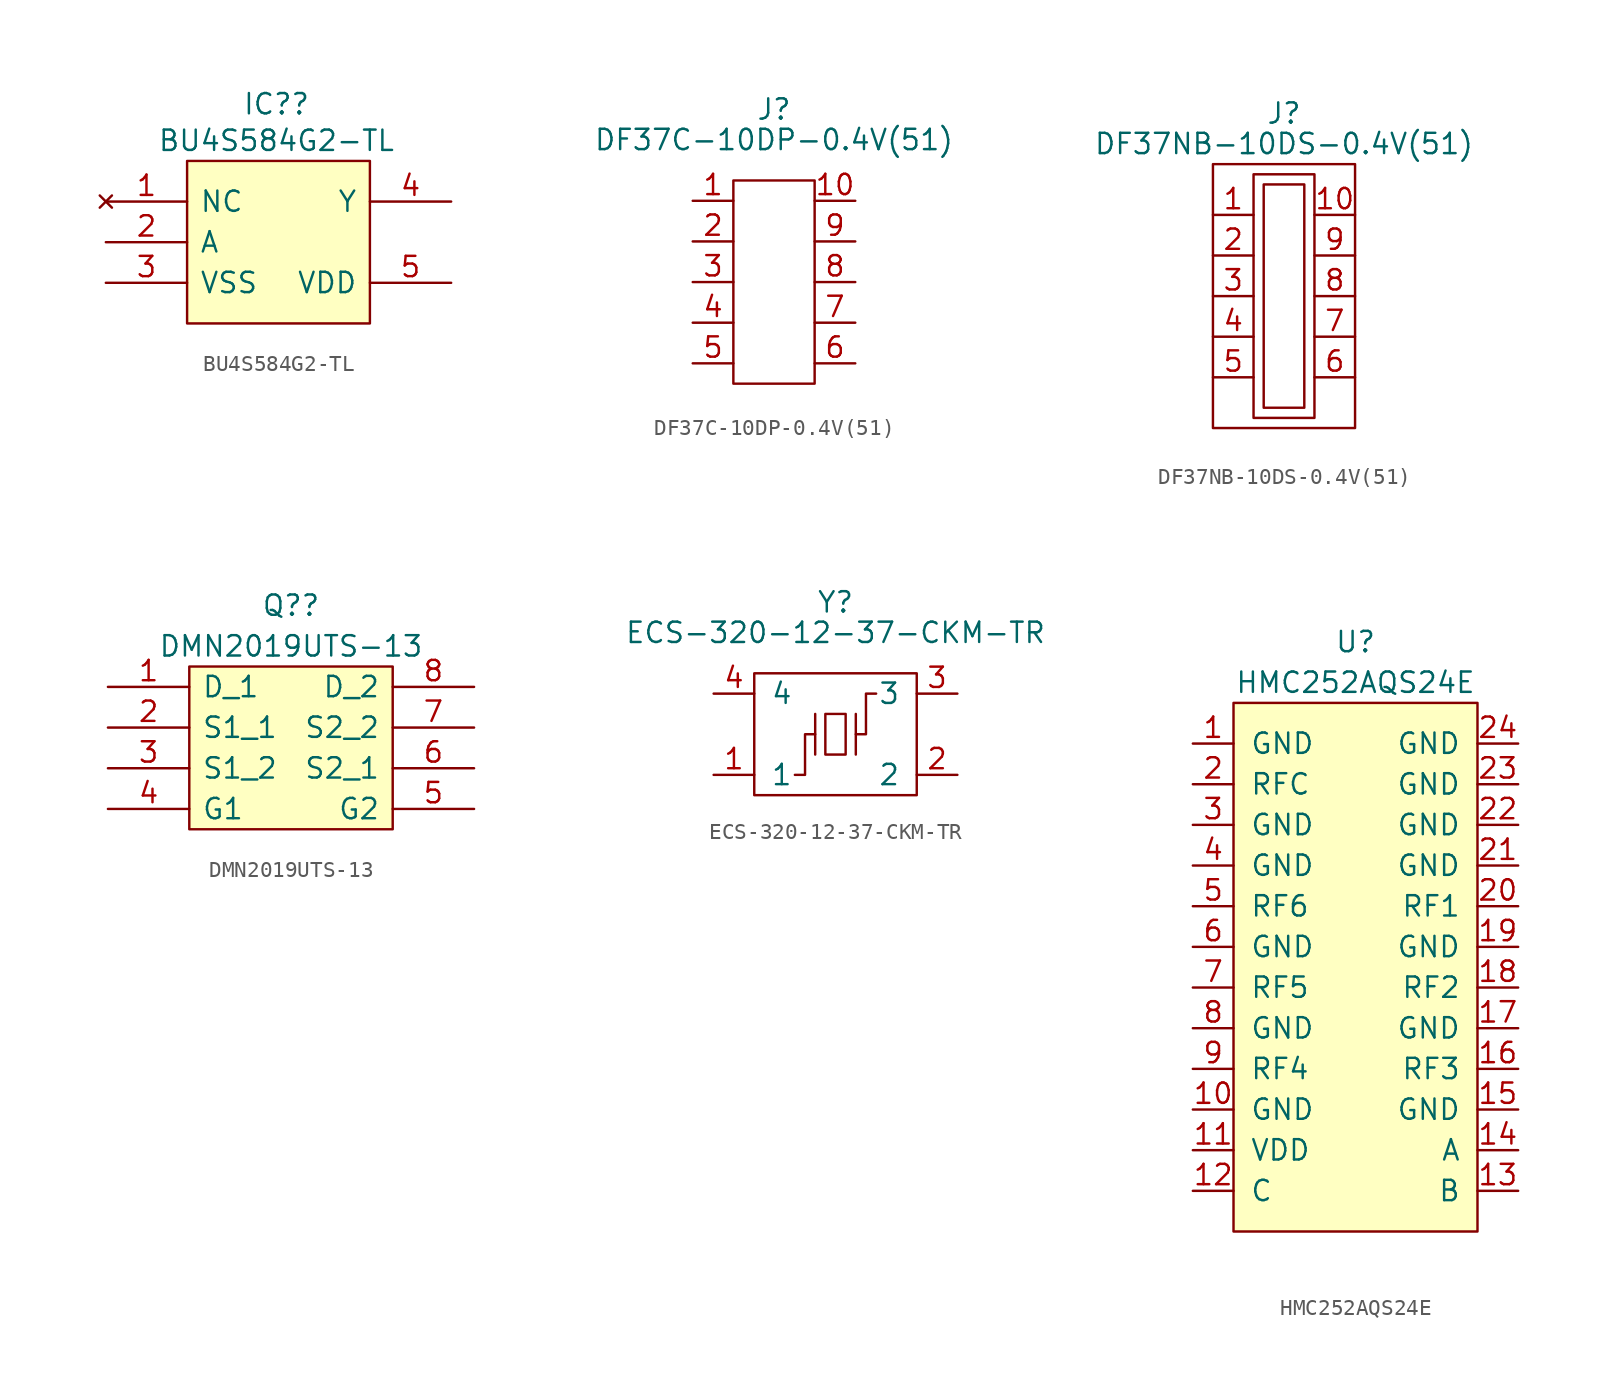
<source format=kicad_sym>
(kicad_symbol_lib
  (version 20211014)
  (generator kicad_symbol_editor)
  (symbol "BU4S584G2-TL"
    (pin_names
      (offset 0.762))
    (property "Reference" "IC?"
      (at 10.668 6.096 0)
      (effects (font (size 1.27 1.27))))
    (property "Value" "BU4S584G2-TL"
      (at 10.668 3.81 0)
      (effects (font (size 1.27 1.27))))
    (symbol "BU4S584G2-TL_0_0"
      (pin no_connect line (at 0 0 0) (length 5.08) (name "NC" (effects (font (size 1.27 1.27)))) (number "1" (effects (font (size 1.27 1.27)))))
      (pin passive line (at 0 -2.54 0) (length 5.08) (name "A" (effects (font (size 1.27 1.27)))) (number "2" (effects (font (size 1.27 1.27)))))
      (pin passive line (at 0 -5.08 0) (length 5.08) (name "VSS" (effects (font (size 1.27 1.27)))) (number "3" (effects (font (size 1.27 1.27)))))
      (pin passive line (at 21.59 0 180) (length 5.08) (name "Y" (effects (font (size 1.27 1.27)))) (number "4" (effects (font (size 1.27 1.27)))))
      (pin passive line (at 21.59 -5.08 180) (length 5.08) (name "VDD" (effects (font (size 1.27 1.27)))) (number "5" (effects (font (size 1.27 1.27))))))
    (symbol "BU4S584G2-TL_0_1"
      (polyline (pts (xy 5.08 2.54) (xy 16.51 2.54) (xy 16.51 -7.62) (xy 5.08 -7.62) (xy 5.08 2.54)) (stroke (width 0.152) (type default) (color 0 0 0 0)) (fill (type background)))))
  (symbol "DF37C-10DP-0.4V(51)"
    (pin_names
      (offset 1.016))
    (property "Reference" "J"
      (at 0 1.905 0)
      (effects (font (size 1.27 1.27))))
    (property "Value" "DF37C-10DP-0.4V(51)"
      (at 0 0 0)
      (effects (font (size 1.27 1.27))))
    (symbol "DF37C-10DP-0.4V(51)_0_1"
      (rectangle (start -2.54 -2.54) (end 2.54 -15.24) (stroke (width 0) (type default) (color 0 0 0 0)) (fill (type none))))
    (symbol "DF37C-10DP-0.4V(51)_1_1"
      (pin bidirectional line (at -5.08 -3.81 0) (length 2.54) (name "~" (effects (font (size 1.27 1.27)))) (number "1" (effects (font (size 1.27 1.27)))))
      (pin bidirectional line (at 5.08 -3.81 180) (length 2.54) (name "~" (effects (font (size 1.27 1.27)))) (number "10" (effects (font (size 1.27 1.27)))))
      (pin bidirectional line (at -5.08 -6.35 0) (length 2.54) (name "~" (effects (font (size 1.27 1.27)))) (number "2" (effects (font (size 1.27 1.27)))))
      (pin bidirectional line (at -5.08 -8.89 0) (length 2.54) (name "~" (effects (font (size 1.27 1.27)))) (number "3" (effects (font (size 1.27 1.27)))))
      (pin bidirectional line (at -5.08 -11.43 0) (length 2.54) (name "~" (effects (font (size 1.27 1.27)))) (number "4" (effects (font (size 1.27 1.27)))))
      (pin bidirectional line (at -5.08 -13.97 0) (length 2.54) (name "~" (effects (font (size 1.27 1.27)))) (number "5" (effects (font (size 1.27 1.27)))))
      (pin bidirectional line (at 5.08 -13.97 180) (length 2.54) (name "~" (effects (font (size 1.27 1.27)))) (number "6" (effects (font (size 1.27 1.27)))))
      (pin bidirectional line (at 5.08 -11.43 180) (length 2.54) (name "~" (effects (font (size 1.27 1.27)))) (number "7" (effects (font (size 1.27 1.27)))))
      (pin bidirectional line (at 5.08 -8.89 180) (length 2.54) (name "~" (effects (font (size 1.27 1.27)))) (number "8" (effects (font (size 1.27 1.27)))))
      (pin bidirectional line (at 5.08 -6.35 180) (length 2.54) (name "~" (effects (font (size 1.27 1.27)))) (number "9" (effects (font (size 1.27 1.27)))))))
  (symbol "DF37NB-10DS-0.4V(51)"
    (pin_names
      (offset 1.016))
    (property "Reference" "J"
      (at 0 2.54 0)
      (effects (font (size 1.27 1.27))))
    (property "Value" "DF37NB-10DS-0.4V(51)"
      (at 0 0.635 0)
      (effects (font (size 1.27 1.27))))
    (symbol "DF37NB-10DS-0.4V(51)_0_1"
      (rectangle (start -4.445 -0.635) (end 4.445 -17.145) (stroke (width 0) (type default) (color 0 0 0 0)) (fill (type none)))
      (rectangle (start -1.905 -16.51) (end 1.905 -1.27) (stroke (width 0) (type default) (color 0 0 0 0)) (fill (type none)))
      (rectangle (start -1.27 -1.905) (end 1.27 -15.875) (stroke (width 0) (type default) (color 0 0 0 0)) (fill (type none))))
    (symbol "DF37NB-10DS-0.4V(51)_1_1"
      (pin bidirectional line (at -4.445 -3.81 0) (length 2.54) (name "~" (effects (font (size 1.27 1.27)))) (number "1" (effects (font (size 1.27 1.27)))))
      (pin bidirectional line (at 4.445 -3.81 180) (length 2.54) (name "~" (effects (font (size 1.27 1.27)))) (number "10" (effects (font (size 1.27 1.27)))))
      (pin bidirectional line (at -4.445 -6.35 0) (length 2.54) (name "~" (effects (font (size 1.27 1.27)))) (number "2" (effects (font (size 1.27 1.27)))))
      (pin bidirectional line (at -4.445 -8.89 0) (length 2.54) (name "~" (effects (font (size 1.27 1.27)))) (number "3" (effects (font (size 1.27 1.27)))))
      (pin bidirectional line (at -4.445 -11.43 0) (length 2.54) (name "~" (effects (font (size 1.27 1.27)))) (number "4" (effects (font (size 1.27 1.27)))))
      (pin bidirectional line (at -4.445 -13.97 0) (length 2.54) (name "~" (effects (font (size 1.27 1.27)))) (number "5" (effects (font (size 1.27 1.27)))))
      (pin bidirectional line (at 4.445 -13.97 180) (length 2.54) (name "~" (effects (font (size 1.27 1.27)))) (number "6" (effects (font (size 1.27 1.27)))))
      (pin bidirectional line (at 4.445 -11.43 180) (length 2.54) (name "~" (effects (font (size 1.27 1.27)))) (number "7" (effects (font (size 1.27 1.27)))))
      (pin bidirectional line (at 4.445 -8.89 180) (length 2.54) (name "~" (effects (font (size 1.27 1.27)))) (number "8" (effects (font (size 1.27 1.27)))))
      (pin bidirectional line (at 4.445 -6.35 180) (length 2.54) (name "~" (effects (font (size 1.27 1.27)))) (number "9" (effects (font (size 1.27 1.27)))))))
  (symbol "DMN2019UTS-13"
    (pin_names
      (offset 0.762))
    (property "Reference" "Q?"
      (at 11.43 5.08 0)
      (effects (font (size 1.27 1.27))))
    (property "Value" "DMN2019UTS-13"
      (at 11.43 2.54 0)
      (effects (font (size 1.27 1.27))))
    (symbol "DMN2019UTS-13_0_0"
      (pin passive line (at 0 0 0) (length 5.08) (name "D_1" (effects (font (size 1.27 1.27)))) (number "1" (effects (font (size 1.27 1.27)))))
      (pin passive line (at 0 -2.54 0) (length 5.08) (name "S1_1" (effects (font (size 1.27 1.27)))) (number "2" (effects (font (size 1.27 1.27)))))
      (pin passive line (at 0 -5.08 0) (length 5.08) (name "S1_2" (effects (font (size 1.27 1.27)))) (number "3" (effects (font (size 1.27 1.27)))))
      (pin passive line (at 0 -7.62 0) (length 5.08) (name "G1" (effects (font (size 1.27 1.27)))) (number "4" (effects (font (size 1.27 1.27)))))
      (pin passive line (at 22.86 -7.62 180) (length 5.08) (name "G2" (effects (font (size 1.27 1.27)))) (number "5" (effects (font (size 1.27 1.27)))))
      (pin passive line (at 22.86 -5.08 180) (length 5.08) (name "S2_1" (effects (font (size 1.27 1.27)))) (number "6" (effects (font (size 1.27 1.27)))))
      (pin passive line (at 22.86 -2.54 180) (length 5.08) (name "S2_2" (effects (font (size 1.27 1.27)))) (number "7" (effects (font (size 1.27 1.27)))))
      (pin passive line (at 22.86 0 180) (length 5.08) (name "D_2" (effects (font (size 1.27 1.27)))) (number "8" (effects (font (size 1.27 1.27))))))
    (symbol "DMN2019UTS-13_0_1"
      (polyline (pts (xy 5.08 1.27) (xy 17.78 1.27) (xy 17.78 -8.89) (xy 5.08 -8.89) (xy 5.08 1.27)) (stroke (width 0.152) (type default) (color 0 0 0 0)) (fill (type background)))))
  (symbol "ECS-320-12-37-CKM-TR"
    (pin_names
      (offset 1.016))
    (property "Reference" "Y"
      (at 0 1.905 0)
      (effects (font (size 1.27 1.27))))
    (property "Value" "ECS-320-12-37-CKM-TR"
      (at 0 0 0)
      (effects (font (size 1.27 1.27))))
    (symbol "ECS-320-12-37-CKM-TR_0_1"
      (rectangle (start -5.08 -2.54) (end 5.08 -10.16) (stroke (width 0) (type default) (color 0 0 0 0)) (fill (type none)))
      (rectangle (start -0.635 -5.08) (end 0.635 -7.62) (stroke (width 0) (type default) (color 0 0 0 0)) (fill (type none)))
      (polyline (pts (xy -1.27 -5.08) (xy -1.27 -7.62)) (stroke (width 0) (type default) (color 0 0 0 0)) (fill (type none)))
      (polyline (pts (xy 1.27 -5.08) (xy 1.27 -7.62)) (stroke (width 0) (type default) (color 0 0 0 0)) (fill (type none)))
      (polyline (pts (xy -1.27 -6.35) (xy -1.905 -6.35) (xy -1.905 -8.89) (xy -2.54 -8.89)) (stroke (width 0) (type default) (color 0 0 0 0)) (fill (type none)))
      (polyline (pts (xy 1.27 -6.35) (xy 1.905 -6.35) (xy 1.905 -3.81) (xy 2.54 -3.81)) (stroke (width 0) (type default) (color 0 0 0 0)) (fill (type none))))
    (symbol "ECS-320-12-37-CKM-TR_1_1"
      (pin input line (at -7.62 -8.89 0) (length 2.54) (name "1" (effects (font (size 1.27 1.27)))) (number "1" (effects (font (size 1.27 1.27)))))
      (pin input line (at 7.62 -8.89 180) (length 2.54) (name "2" (effects (font (size 1.27 1.27)))) (number "2" (effects (font (size 1.27 1.27)))))
      (pin input line (at 7.62 -3.81 180) (length 2.54) (name "3" (effects (font (size 1.27 1.27)))) (number "3" (effects (font (size 1.27 1.27)))))
      (pin input line (at -7.62 -3.81 0) (length 2.54) (name "4" (effects (font (size 1.27 1.27)))) (number "4" (effects (font (size 1.27 1.27)))))))
  (symbol "HMC252AQS24E"
    (pin_names
      (offset 1.016))
    (property "Reference" "U"
      (at 0 0 0)
      (effects (font (size 1.27 1.27))))
    (property "Value" "HMC252AQS24E"
      (at 0 -2.54 0)
      (effects (font (size 1.27 1.27))))
    (symbol "HMC252AQS24E_0_1"
      (rectangle (start -7.62 -3.81) (end 7.62 -36.83) (stroke (width 0) (type default) (color 0 0 0 0)) (fill (type background))))
    (symbol "HMC252AQS24E_1_1"
      (pin input line (at -10.16 -6.35 0) (length 2.54) (name "GND" (effects (font (size 1.27 1.27)))) (number "1" (effects (font (size 1.27 1.27)))))
      (pin input line (at -10.16 -29.21 0) (length 2.54) (name "GND" (effects (font (size 1.27 1.27)))) (number "10" (effects (font (size 1.27 1.27)))))
      (pin input line (at -10.16 -31.75 0) (length 2.54) (name "VDD" (effects (font (size 1.27 1.27)))) (number "11" (effects (font (size 1.27 1.27)))))
      (pin input line (at -10.16 -34.29 0) (length 2.54) (name "C" (effects (font (size 1.27 1.27)))) (number "12" (effects (font (size 1.27 1.27)))))
      (pin input line (at 10.16 -34.29 180) (length 2.54) (name "B" (effects (font (size 1.27 1.27)))) (number "13" (effects (font (size 1.27 1.27)))))
      (pin input line (at 10.16 -31.75 180) (length 2.54) (name "A" (effects (font (size 1.27 1.27)))) (number "14" (effects (font (size 1.27 1.27)))))
      (pin input line (at 10.16 -29.21 180) (length 2.54) (name "GND" (effects (font (size 1.27 1.27)))) (number "15" (effects (font (size 1.27 1.27)))))
      (pin input line (at 10.16 -26.67 180) (length 2.54) (name "RF3" (effects (font (size 1.27 1.27)))) (number "16" (effects (font (size 1.27 1.27)))))
      (pin input line (at 10.16 -24.13 180) (length 2.54) (name "GND" (effects (font (size 1.27 1.27)))) (number "17" (effects (font (size 1.27 1.27)))))
      (pin input line (at 10.16 -21.59 180) (length 2.54) (name "RF2" (effects (font (size 1.27 1.27)))) (number "18" (effects (font (size 1.27 1.27)))))
      (pin input line (at 10.16 -19.05 180) (length 2.54) (name "GND" (effects (font (size 1.27 1.27)))) (number "19" (effects (font (size 1.27 1.27)))))
      (pin input line (at -10.16 -8.89 0) (length 2.54) (name "RFC" (effects (font (size 1.27 1.27)))) (number "2" (effects (font (size 1.27 1.27)))))
      (pin input line (at 10.16 -16.51 180) (length 2.54) (name "RF1" (effects (font (size 1.27 1.27)))) (number "20" (effects (font (size 1.27 1.27)))))
      (pin input line (at 10.16 -13.97 180) (length 2.54) (name "GND" (effects (font (size 1.27 1.27)))) (number "21" (effects (font (size 1.27 1.27)))))
      (pin input line (at 10.16 -11.43 180) (length 2.54) (name "GND" (effects (font (size 1.27 1.27)))) (number "22" (effects (font (size 1.27 1.27)))))
      (pin input line (at 10.16 -8.89 180) (length 2.54) (name "GND" (effects (font (size 1.27 1.27)))) (number "23" (effects (font (size 1.27 1.27)))))
      (pin input line (at 10.16 -6.35 180) (length 2.54) (name "GND" (effects (font (size 1.27 1.27)))) (number "24" (effects (font (size 1.27 1.27)))))
      (pin input line (at -10.16 -11.43 0) (length 2.54) (name "GND" (effects (font (size 1.27 1.27)))) (number "3" (effects (font (size 1.27 1.27)))))
      (pin input line (at -10.16 -13.97 0) (length 2.54) (name "GND" (effects (font (size 1.27 1.27)))) (number "4" (effects (font (size 1.27 1.27)))))
      (pin input line (at -10.16 -16.51 0) (length 2.54) (name "RF6" (effects (font (size 1.27 1.27)))) (number "5" (effects (font (size 1.27 1.27)))))
      (pin input line (at -10.16 -19.05 0) (length 2.54) (name "GND" (effects (font (size 1.27 1.27)))) (number "6" (effects (font (size 1.27 1.27)))))
      (pin input line (at -10.16 -21.59 0) (length 2.54) (name "RF5" (effects (font (size 1.27 1.27)))) (number "7" (effects (font (size 1.27 1.27)))))
      (pin input line (at -10.16 -24.13 0) (length 2.54) (name "GND" (effects (font (size 1.27 1.27)))) (number "8" (effects (font (size 1.27 1.27)))))
      (pin input line (at -10.16 -26.67 0) (length 2.54) (name "RF4" (effects (font (size 1.27 1.27)))) (number "9" (effects (font (size 1.27 1.27))))))))
</source>
